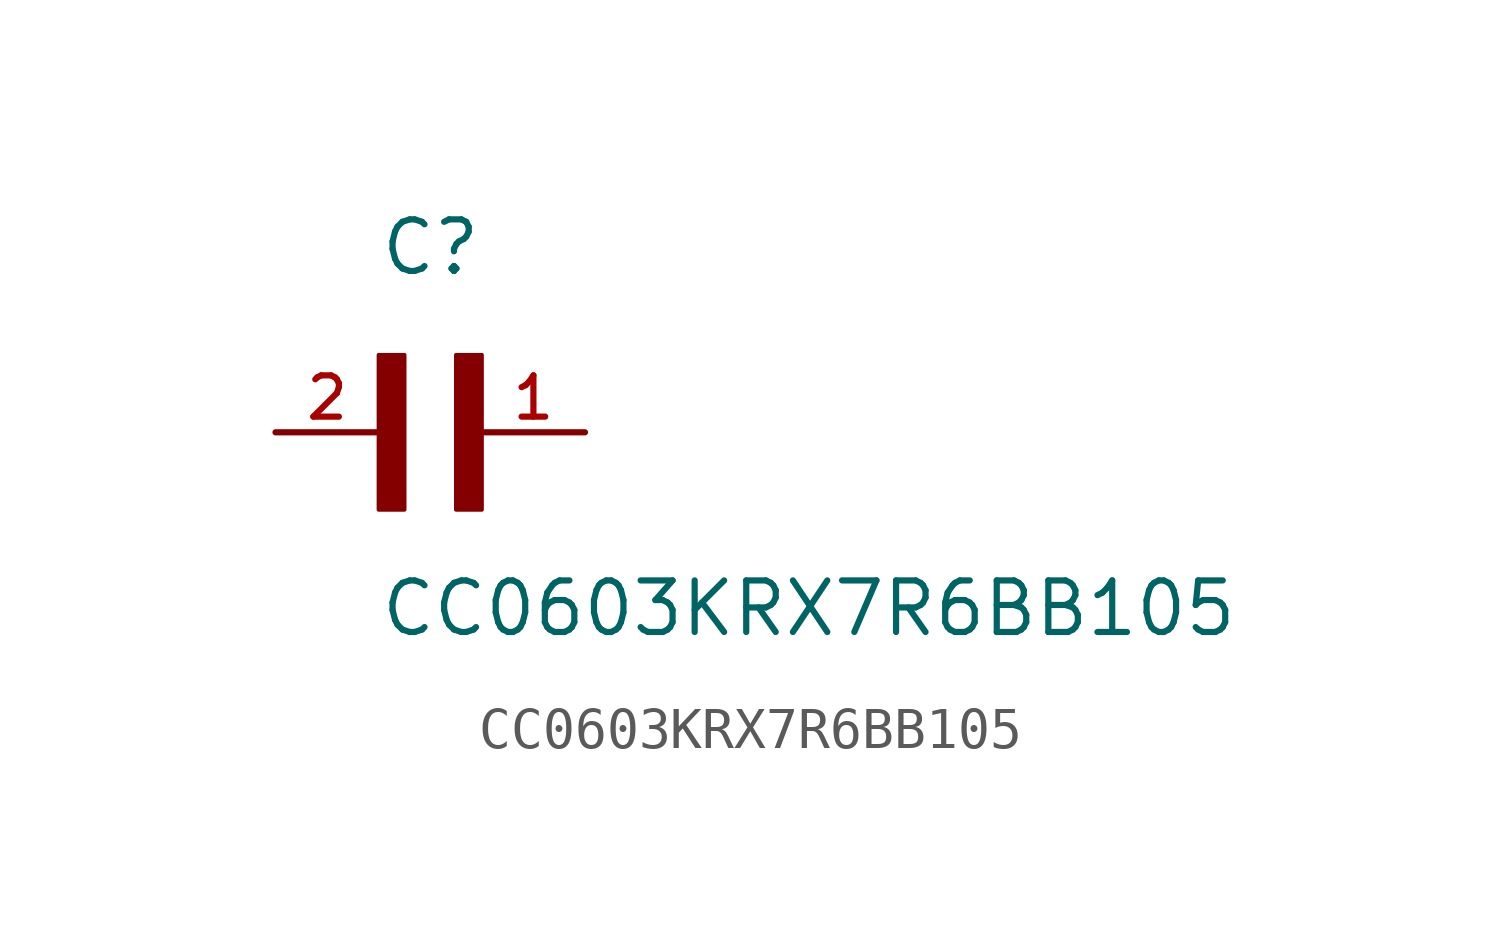
<source format=kicad_sym>
(kicad_symbol_lib
  (version 20211014)
  (generator kicad_symbol_editor)
  (symbol "CC0603KRX7R6BB105"
    (pin_names
      (offset 1.016))
    (property "Reference" "C"
      (at 0.0 3.81 0)
      (effects (font (size 1.27 1.27)) (justify bottom left)))
    (property "Value" "CC0603KRX7R6BB105"
      (at 0.0 -5.08 0)
      (effects (font (size 1.27 1.27)) (justify bottom left)))
    (symbol "CC0603KRX7R6BB105_0_0"
      (rectangle (start 0.0 -1.905) (end 0.635 1.905) (stroke (width 0.1)) (fill (type outline)))
      (rectangle (start 1.905 -1.905) (end 2.54 1.905) (stroke (width 0.1)) (fill (type outline)))
      (pin passive line (at 5.08 0.0 180.0) (length 2.54) (name "~" (effects (font (size 1.016 1.016)))) (number "1" (effects (font (size 1.016 1.016)))))
      (pin passive line (at -2.54 0.0 0) (length 2.54) (name "~" (effects (font (size 1.016 1.016)))) (number "2" (effects (font (size 1.016 1.016))))))))
</source>
